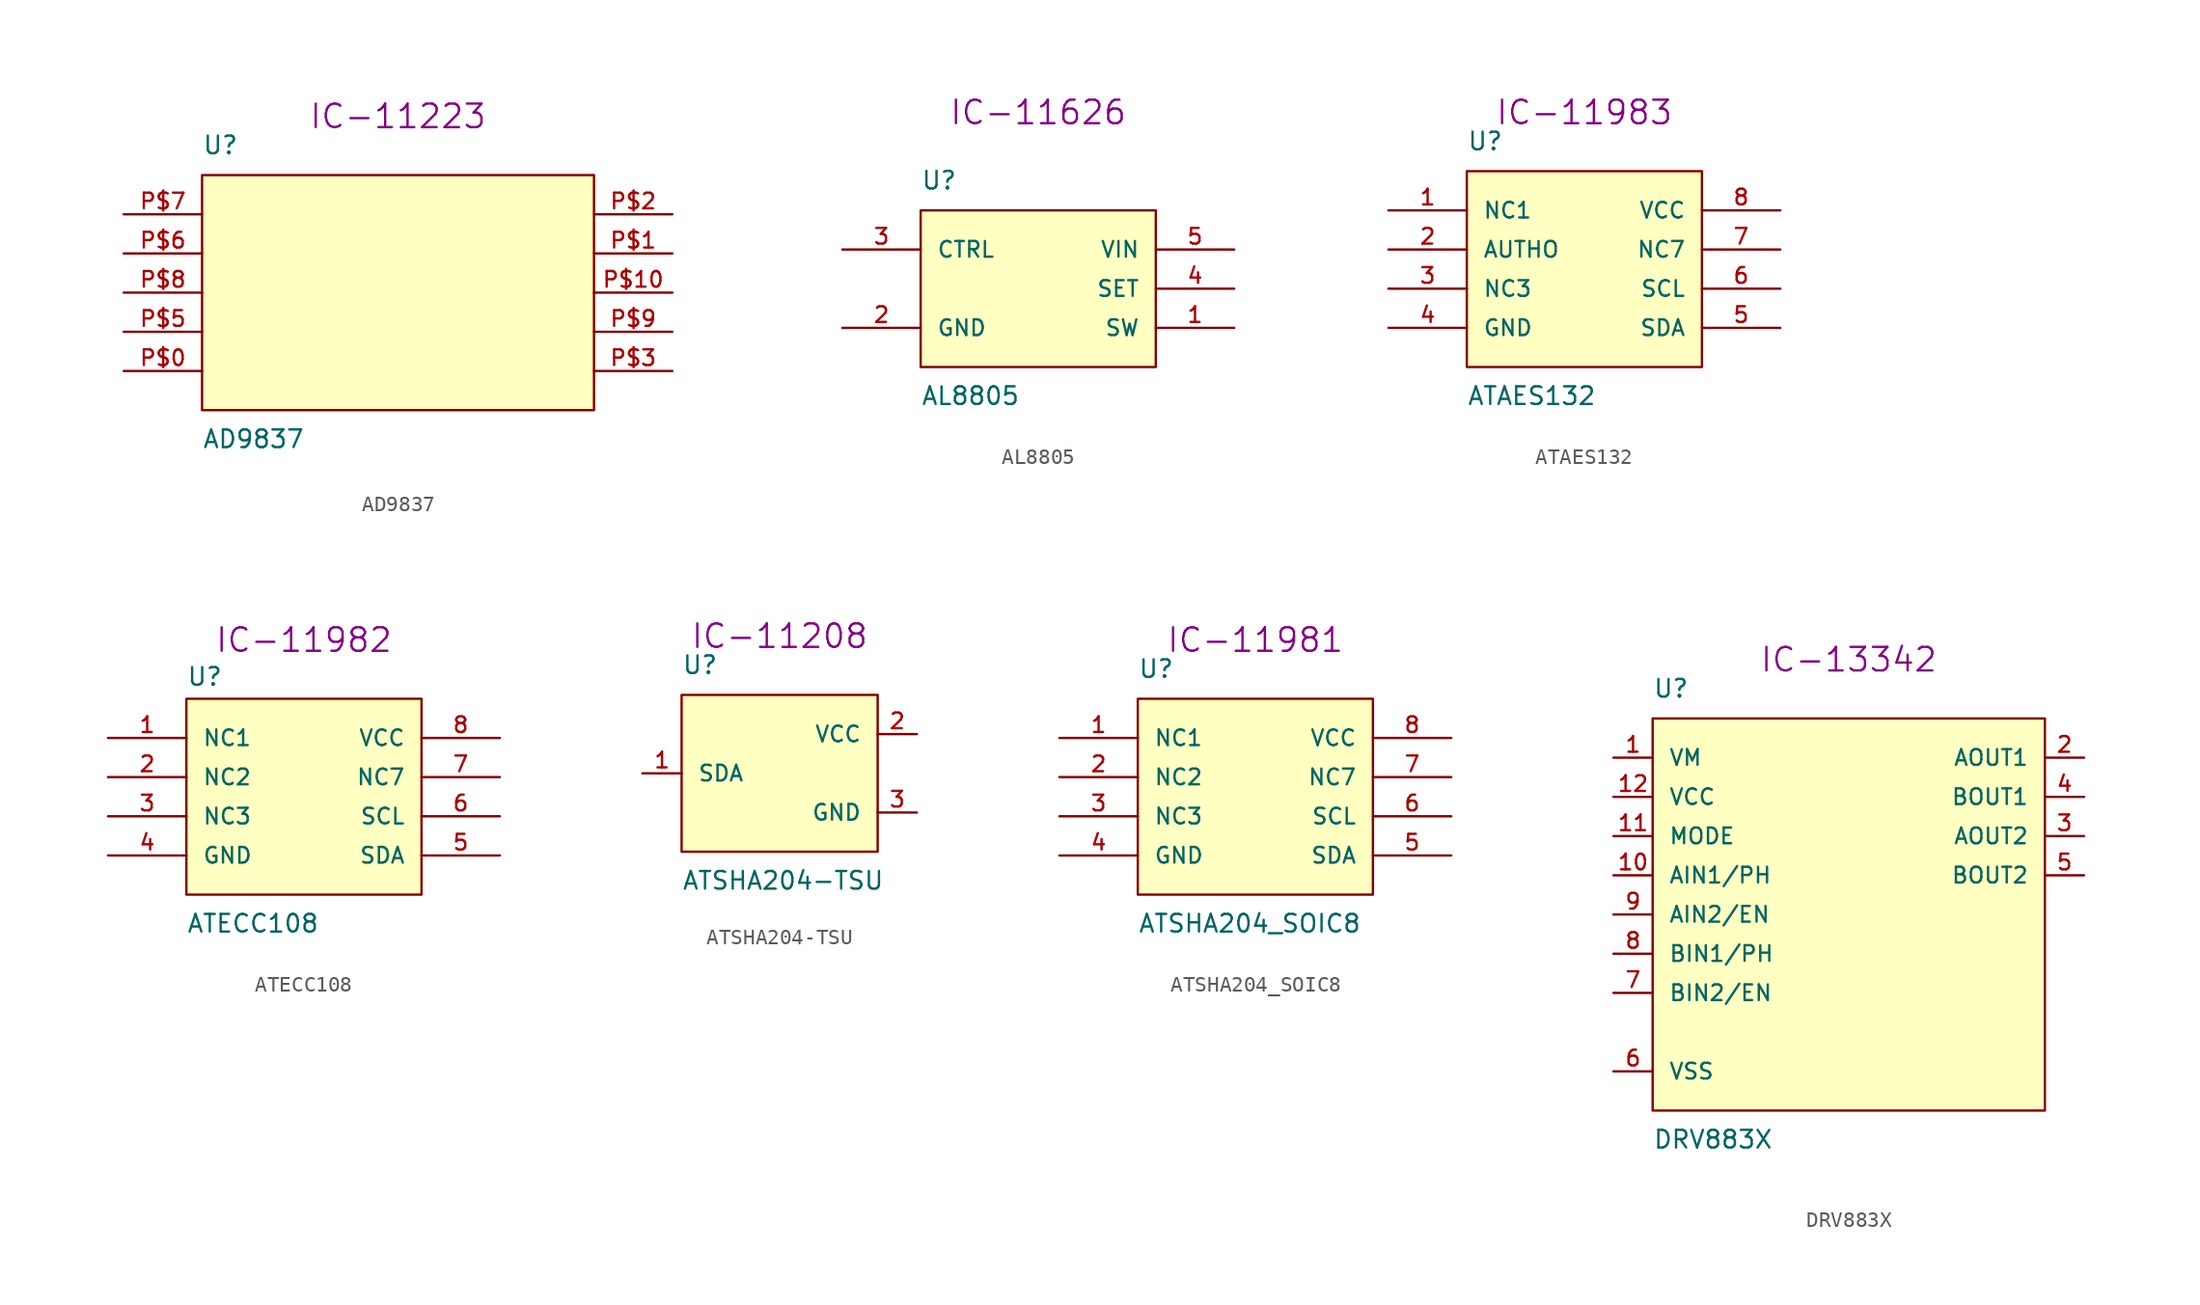
<source format=kicad_sym>
(kicad_symbol_lib
  (version 20201005)
  (generator kicad_symbol_editor)
  (symbol "AD9837"
    (pin_names
      (offset 1.016) hide)
    (property "Reference" "U"
      (at -12.7 8.89 0)
      (effects (font (size 1.143 1.143)) (justify left bottom)))
    (property "Value" "AD9837"
      (at -12.7 -10.16 0)
      (effects (font (size 1.143 1.143)) (justify left bottom)))
    (property "Field4" "IC-11223"
      (at 0 11.43 0)
      (effects (font (size 1.524 1.524))))
    (property "ki_locked" ""
      (at 0 0 0)
      (effects (font (size 1.27 1.27))))
    (symbol "AD9837_1_1"
      (polyline (pts (xy -12.7 -7.62) (xy 12.7 -7.62) (xy 12.7 7.62) (xy -12.7 7.62) (xy -12.7 -7.62)) (stroke (width 0)) (fill (type background)))
      (pin bidirectional line (at -17.78 -5.08 0) (length 5.08) (name "DGND" (effects (font (size 1.016 1.016)))) (number "P$0" (effects (font (size 1.016 1.016)))))
      (pin bidirectional line (at 17.78 2.54 180) (length 5.08) (name "COMP" (effects (font (size 1.016 1.016)))) (number "P$1" (effects (font (size 1.016 1.016)))))
      (pin bidirectional line (at 17.78 5.08 180) (length 5.08) (name "VDD" (effects (font (size 1.016 1.016)))) (number "P$2" (effects (font (size 1.016 1.016)))))
      (pin bidirectional line (at 17.78 -5.08 180) (length 5.08) (name "CAP/2.5V" (effects (font (size 1.016 1.016)))) (number "P$3" (effects (font (size 1.016 1.016)))))
      (pin bidirectional line (at -17.78 -5.08 0) (length 5.08) hide (name "DGND" (effects (font (size 1.016 1.016)))) (number "P$4" (effects (font (size 1.016 1.016)))))
      (pin bidirectional line (at -17.78 -2.54 0) (length 5.08) (name "MCLK" (effects (font (size 1.016 1.016)))) (number "P$5" (effects (font (size 1.016 1.016)))))
      (pin bidirectional line (at -17.78 2.54 0) (length 5.08) (name "SDATA" (effects (font (size 1.016 1.016)))) (number "P$6" (effects (font (size 1.016 1.016)))))
      (pin bidirectional line (at -17.78 5.08 0) (length 5.08) (name "SCLK" (effects (font (size 1.016 1.016)))) (number "P$7" (effects (font (size 1.016 1.016)))))
      (pin bidirectional line (at -17.78 0 0) (length 5.08) (name "FSYNC" (effects (font (size 1.016 1.016)))) (number "P$8" (effects (font (size 1.016 1.016)))))
      (pin bidirectional line (at 17.78 -2.54 180) (length 5.08) (name "AGND" (effects (font (size 1.016 1.016)))) (number "P$9" (effects (font (size 1.016 1.016)))))
      (pin bidirectional line (at 17.78 0 180) (length 5.08) (name "VOUT" (effects (font (size 1.016 1.016)))) (number "P$10" (effects (font (size 1.016 1.016)))))))
  (symbol "AL8805"
    (pin_names
      (offset 1.016))
    (property "Reference" "U"
      (at -7.62 6.35 0)
      (effects (font (size 1.143 1.143)) (justify left bottom)))
    (property "Value" "AL8805"
      (at -7.62 -7.62 0)
      (effects (font (size 1.143 1.143)) (justify left bottom)))
    (property "Field4" "IC-11626"
      (at 0 11.43 0)
      (effects (font (size 1.524 1.524))))
    (property "ki_locked" ""
      (at 0 0 0)
      (effects (font (size 1.27 1.27))))
    (symbol "AL8805_1_1"
      (polyline (pts (xy -7.62 -5.08) (xy -7.62 5.08) (xy 7.62 5.08) (xy 7.62 -5.08) (xy -7.62 -5.08)) (stroke (width 0)) (fill (type background)))
      (pin bidirectional line (at 12.7 -2.54 180) (length 5.08) (name "SW" (effects (font (size 1.016 1.016)))) (number "1" (effects (font (size 1.016 1.016)))))
      (pin bidirectional line (at -12.7 -2.54 0) (length 5.08) (name "GND" (effects (font (size 1.016 1.016)))) (number "2" (effects (font (size 1.016 1.016)))))
      (pin bidirectional line (at -12.7 2.54 0) (length 5.08) (name "CTRL" (effects (font (size 1.016 1.016)))) (number "3" (effects (font (size 1.016 1.016)))))
      (pin bidirectional line (at 12.7 0 180) (length 5.08) (name "SET" (effects (font (size 1.016 1.016)))) (number "4" (effects (font (size 1.016 1.016)))))
      (pin bidirectional line (at 12.7 2.54 180) (length 5.08) (name "VIN" (effects (font (size 1.016 1.016)))) (number "5" (effects (font (size 1.016 1.016)))))))
  (symbol "ATAES132"
    (pin_names
      (offset 1.016))
    (property "Reference" "U"
      (at -7.62 6.35 0)
      (effects (font (size 1.143 1.143)) (justify left bottom)))
    (property "Value" "ATAES132"
      (at -7.62 -10.16 0)
      (effects (font (size 1.143 1.143)) (justify left bottom)))
    (property "Field4" "IC-11983"
      (at 0 8.89 0)
      (effects (font (size 1.524 1.524))))
    (property "ki_locked" ""
      (at 0 0 0)
      (effects (font (size 1.27 1.27))))
    (symbol "ATAES132_1_1"
      (polyline (pts (xy 7.62 -7.62) (xy -7.62 -7.62) (xy -7.62 5.08) (xy 7.62 5.08) (xy 7.62 -7.62)) (stroke (width 0)) (fill (type background)))
      (pin unspecified line (at -12.7 2.54 0) (length 5.08) (name "NC1" (effects (font (size 1.016 1.016)))) (number "1" (effects (font (size 1.016 1.016)))))
      (pin bidirectional line (at -12.7 0 0) (length 5.08) (name "AUTHO" (effects (font (size 1.016 1.016)))) (number "2" (effects (font (size 1.016 1.016)))))
      (pin unspecified line (at -12.7 -2.54 0) (length 5.08) (name "NC3" (effects (font (size 1.016 1.016)))) (number "3" (effects (font (size 1.016 1.016)))))
      (pin power_in line (at -12.7 -5.08 0) (length 5.08) (name "GND" (effects (font (size 1.016 1.016)))) (number "4" (effects (font (size 1.016 1.016)))))
      (pin bidirectional line (at 12.7 -5.08 180) (length 5.08) (name "SDA" (effects (font (size 1.016 1.016)))) (number "5" (effects (font (size 1.016 1.016)))))
      (pin bidirectional line (at 12.7 -2.54 180) (length 5.08) (name "SCL" (effects (font (size 1.016 1.016)))) (number "6" (effects (font (size 1.016 1.016)))))
      (pin unspecified line (at 12.7 0 180) (length 5.08) (name "NC7" (effects (font (size 1.016 1.016)))) (number "7" (effects (font (size 1.016 1.016)))))
      (pin power_in line (at 12.7 2.54 180) (length 5.08) (name "VCC" (effects (font (size 1.016 1.016)))) (number "8" (effects (font (size 1.016 1.016)))))))
  (symbol "ATECC108"
    (pin_names
      (offset 1.016))
    (property "Reference" "U"
      (at -7.62 5.842 0)
      (effects (font (size 1.143 1.143)) (justify left bottom)))
    (property "Value" "ATECC108"
      (at -7.62 -10.16 0)
      (effects (font (size 1.143 1.143)) (justify left bottom)))
    (property "Field4" "IC-11982"
      (at 0 8.89 0)
      (effects (font (size 1.524 1.524))))
    (property "ki_locked" ""
      (at 0 0 0)
      (effects (font (size 1.27 1.27))))
    (symbol "ATECC108_1_1"
      (polyline (pts (xy 7.62 -7.62) (xy -7.62 -7.62) (xy -7.62 5.08) (xy 7.62 5.08) (xy 7.62 -7.62)) (stroke (width 0)) (fill (type background)))
      (pin bidirectional line (at -12.7 2.54 0) (length 5.08) (name "NC1" (effects (font (size 1.016 1.016)))) (number "1" (effects (font (size 1.016 1.016)))))
      (pin unspecified line (at -12.7 0 0) (length 5.08) (name "NC2" (effects (font (size 1.016 1.016)))) (number "2" (effects (font (size 1.016 1.016)))))
      (pin unspecified line (at -12.7 -2.54 0) (length 5.08) (name "NC3" (effects (font (size 1.016 1.016)))) (number "3" (effects (font (size 1.016 1.016)))))
      (pin power_in line (at -12.7 -5.08 0) (length 5.08) (name "GND" (effects (font (size 1.016 1.016)))) (number "4" (effects (font (size 1.016 1.016)))))
      (pin bidirectional line (at 12.7 -5.08 180) (length 5.08) (name "SDA" (effects (font (size 1.016 1.016)))) (number "5" (effects (font (size 1.016 1.016)))))
      (pin bidirectional line (at 12.7 -2.54 180) (length 5.08) (name "SCL" (effects (font (size 1.016 1.016)))) (number "6" (effects (font (size 1.016 1.016)))))
      (pin unspecified line (at 12.7 0 180) (length 5.08) (name "NC7" (effects (font (size 1.016 1.016)))) (number "7" (effects (font (size 1.016 1.016)))))
      (pin power_in line (at 12.7 2.54 180) (length 5.08) (name "VCC" (effects (font (size 1.016 1.016)))) (number "8" (effects (font (size 1.016 1.016)))))))
  (symbol "ATSHA204-TSU"
    (pin_names
      (offset 1.016))
    (property "Reference" "U"
      (at -6.35 6.35 0)
      (effects (font (size 1.143 1.143)) (justify left bottom)))
    (property "Value" "ATSHA204-TSU"
      (at -6.35 -7.62 0)
      (effects (font (size 1.143 1.143)) (justify left bottom)))
    (property "Field4" "IC-11208"
      (at 0 8.89 0)
      (effects (font (size 1.524 1.524))))
    (property "ki_locked" ""
      (at 0 0 0)
      (effects (font (size 1.27 1.27))))
    (symbol "ATSHA204-TSU_1_1"
      (polyline (pts (xy -6.35 5.08) (xy -6.35 -5.08) (xy 6.35 -5.08) (xy 6.35 5.08) (xy -6.35 5.08)) (stroke (width 0)) (fill (type background)))
      (pin bidirectional line (at -8.89 0 0) (length 2.54) (name "SDA" (effects (font (size 1.016 1.016)))) (number "1" (effects (font (size 1.016 1.016)))))
      (pin bidirectional line (at 8.89 2.54 180) (length 2.54) (name "VCC" (effects (font (size 1.016 1.016)))) (number "2" (effects (font (size 1.016 1.016)))))
      (pin bidirectional line (at 8.89 -2.54 180) (length 2.54) (name "GND" (effects (font (size 1.016 1.016)))) (number "3" (effects (font (size 1.016 1.016)))))))
  (symbol "ATSHA204_SOIC8"
    (pin_names
      (offset 1.016))
    (property "Reference" "U"
      (at -7.62 6.35 0)
      (effects (font (size 1.143 1.143)) (justify left bottom)))
    (property "Value" "ATSHA204_SOIC8"
      (at -7.62 -10.16 0)
      (effects (font (size 1.143 1.143)) (justify left bottom)))
    (property "Field4" "IC-11981"
      (at 0 8.89 0)
      (effects (font (size 1.524 1.524))))
    (property "ki_locked" ""
      (at 0 0 0)
      (effects (font (size 1.27 1.27))))
    (symbol "ATSHA204_SOIC8_1_1"
      (polyline (pts (xy 7.62 -7.62) (xy -7.62 -7.62) (xy -7.62 5.08) (xy 7.62 5.08) (xy 7.62 -7.62)) (stroke (width 0)) (fill (type background)))
      (pin unspecified line (at -12.7 2.54 0) (length 5.08) (name "NC1" (effects (font (size 1.016 1.016)))) (number "1" (effects (font (size 1.016 1.016)))))
      (pin unspecified line (at -12.7 0 0) (length 5.08) (name "NC2" (effects (font (size 1.016 1.016)))) (number "2" (effects (font (size 1.016 1.016)))))
      (pin unspecified line (at -12.7 -2.54 0) (length 5.08) (name "NC3" (effects (font (size 1.016 1.016)))) (number "3" (effects (font (size 1.016 1.016)))))
      (pin power_in line (at -12.7 -5.08 0) (length 5.08) (name "GND" (effects (font (size 1.016 1.016)))) (number "4" (effects (font (size 1.016 1.016)))))
      (pin bidirectional line (at 12.7 -5.08 180) (length 5.08) (name "SDA" (effects (font (size 1.016 1.016)))) (number "5" (effects (font (size 1.016 1.016)))))
      (pin bidirectional line (at 12.7 -2.54 180) (length 5.08) (name "SCL" (effects (font (size 1.016 1.016)))) (number "6" (effects (font (size 1.016 1.016)))))
      (pin unspecified line (at 12.7 0 180) (length 5.08) (name "NC7" (effects (font (size 1.016 1.016)))) (number "7" (effects (font (size 1.016 1.016)))))
      (pin power_in line (at 12.7 2.54 180) (length 5.08) (name "VCC" (effects (font (size 1.016 1.016)))) (number "8" (effects (font (size 1.016 1.016)))))))
  (symbol "DRV883X"
    (pin_names
      (offset 1.016))
    (property "Reference" "U"
      (at -12.7 13.97 0)
      (effects (font (size 1.143 1.143)) (justify left bottom)))
    (property "Value" "DRV883X"
      (at -12.7 -15.24 0)
      (effects (font (size 1.143 1.143)) (justify left bottom)))
    (property "Field4" "IC-13342"
      (at 0 16.51 0)
      (effects (font (size 1.524 1.524))))
    (property "ki_locked" ""
      (at 0 0 0)
      (effects (font (size 1.27 1.27))))
    (symbol "DRV883X_0_1"
      (rectangle (start -12.7 12.7) (end 12.7 -12.7) (stroke (width 0)) (fill (type background))))
    (symbol "DRV883X_1_1"
      (pin bidirectional line (at -15.24 10.16 0) (length 2.54) (name "VM" (effects (font (size 1.016 1.016)))) (number "1" (effects (font (size 1.016 1.016)))))
      (pin bidirectional line (at 15.24 10.16 180) (length 2.54) (name "AOUT1" (effects (font (size 1.016 1.016)))) (number "2" (effects (font (size 1.016 1.016)))))
      (pin bidirectional line (at 15.24 5.08 180) (length 2.54) (name "AOUT2" (effects (font (size 1.016 1.016)))) (number "3" (effects (font (size 1.016 1.016)))))
      (pin bidirectional line (at 15.24 7.62 180) (length 2.54) (name "BOUT1" (effects (font (size 1.016 1.016)))) (number "4" (effects (font (size 1.016 1.016)))))
      (pin bidirectional line (at 15.24 2.54 180) (length 2.54) (name "BOUT2" (effects (font (size 1.016 1.016)))) (number "5" (effects (font (size 1.016 1.016)))))
      (pin bidirectional line (at -15.24 -10.16 0) (length 2.54) (name "VSS" (effects (font (size 1.016 1.016)))) (number "6" (effects (font (size 1.016 1.016)))))
      (pin bidirectional line (at -15.24 -5.08 0) (length 2.54) (name "BIN2/EN" (effects (font (size 1.016 1.016)))) (number "7" (effects (font (size 1.016 1.016)))))
      (pin bidirectional line (at -15.24 -2.54 0) (length 2.54) (name "BIN1/PH" (effects (font (size 1.016 1.016)))) (number "8" (effects (font (size 1.016 1.016)))))
      (pin bidirectional line (at -15.24 0 0) (length 2.54) (name "AIN2/EN" (effects (font (size 1.016 1.016)))) (number "9" (effects (font (size 1.016 1.016)))))
      (pin bidirectional line (at -15.24 2.54 0) (length 2.54) (name "AIN1/PH" (effects (font (size 1.016 1.016)))) (number "10" (effects (font (size 1.016 1.016)))))
      (pin bidirectional line (at -15.24 5.08 0) (length 2.54) (name "MODE" (effects (font (size 1.016 1.016)))) (number "11" (effects (font (size 1.016 1.016)))))
      (pin bidirectional line (at -15.24 7.62 0) (length 2.54) (name "VCC" (effects (font (size 1.016 1.016)))) (number "12" (effects (font (size 1.016 1.016)))))
      (pin bidirectional line (at -15.24 -10.16 0) (length 2.54) hide (name "VSS" (effects (font (size 1.016 1.016)))) (number "PAD" (effects (font (size 1.016 1.016))))))))
</source>
